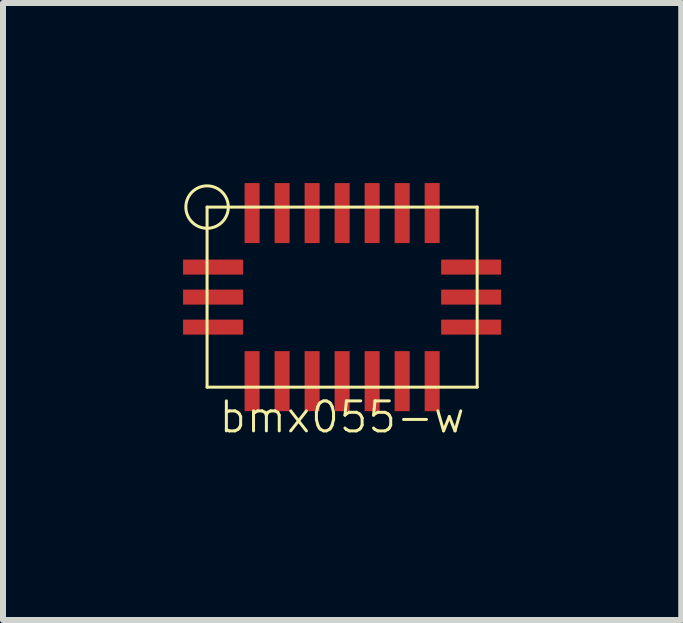
<source format=kicad_pcb>
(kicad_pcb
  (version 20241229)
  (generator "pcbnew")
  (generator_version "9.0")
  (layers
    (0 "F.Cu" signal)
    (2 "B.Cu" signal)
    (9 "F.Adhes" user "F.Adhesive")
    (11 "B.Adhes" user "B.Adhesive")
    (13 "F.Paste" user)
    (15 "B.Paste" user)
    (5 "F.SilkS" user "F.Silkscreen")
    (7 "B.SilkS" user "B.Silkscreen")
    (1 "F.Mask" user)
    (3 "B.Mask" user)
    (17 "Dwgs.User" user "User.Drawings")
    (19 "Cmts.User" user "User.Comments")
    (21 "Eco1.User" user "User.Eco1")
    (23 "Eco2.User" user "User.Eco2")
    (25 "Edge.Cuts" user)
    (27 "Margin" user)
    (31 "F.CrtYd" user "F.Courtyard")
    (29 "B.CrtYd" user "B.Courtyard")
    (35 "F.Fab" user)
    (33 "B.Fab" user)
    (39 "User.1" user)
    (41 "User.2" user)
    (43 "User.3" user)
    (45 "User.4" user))
  (footprint "bmx055-w"
    (layer "F.Cu")
    (at 2.65 1.9)
    (property "Reference" "bmx055-w" (at 0 2 0) (layer "F.SilkS") (effects (font (size 0.5 0.5) (thickness 0.05))))
    (attr through_hole)
    (fp_line (start -2.25 -1.5) (end 2.25 -1.5) (stroke (width 0.05) (type solid)) (layer "F.SilkS"))
    (fp_line (start -2.25 1.5) (end -2.25 -1.5) (stroke (width 0.05) (type solid)) (layer "F.SilkS"))
    (fp_line (start 2.25 -1.5) (end 2.25 1.5) (stroke (width 0.05) (type solid)) (layer "F.SilkS"))
    (fp_line (start 2.25 1.5) (end -2.25 1.5) (stroke (width 0.05) (type solid)) (layer "F.SilkS"))
    (fp_circle (center -2.25 -1.5) (end -2 -1.25) (stroke (width 0.05) (type solid)) (fill no) (layer "F.SilkS"))
    (pad "1" smd rect (at -1.5 -1.4) (size 0.25 1) (layers "F.Cu" "F.Mask" "F.Paste"))
    (pad "2" smd rect (at -1 -1.4) (size 0.25 1) (layers "F.Cu" "F.Mask" "F.Paste"))
    (pad "3" smd rect (at -0.5 -1.4) (size 0.25 1) (layers "F.Cu" "F.Mask" "F.Paste"))
    (pad "4" smd rect (at 0 -1.4) (size 0.25 1) (layers "F.Cu" "F.Mask" "F.Paste"))
    (pad "5" smd rect (at 0.5 -1.4) (size 0.25 1) (layers "F.Cu" "F.Mask" "F.Paste"))
    (pad "6" smd rect (at 1 -1.4) (size 0.25 1) (layers "F.Cu" "F.Mask" "F.Paste"))
    (pad "7" smd rect (at 1.5 -1.4) (size 0.25 1) (layers "F.Cu" "F.Mask" "F.Paste"))
    (pad "8" smd rect (at 2.15 -0.5) (size 1 0.25) (layers "F.Cu" "F.Mask" "F.Paste"))
    (pad "9" smd rect (at 2.15 0) (size 1 0.25) (layers "F.Cu" "F.Mask" "F.Paste"))
    (pad "10" smd rect (at 2.15 0.5) (size 1 0.25) (layers "F.Cu" "F.Mask" "F.Paste"))
    (pad "11" smd rect (at 1.5 1.4) (size 0.25 1) (layers "F.Cu" "F.Mask" "F.Paste"))
    (pad "12" smd rect (at 1 1.4) (size 0.25 1) (layers "F.Cu" "F.Mask" "F.Paste"))
    (pad "13" smd rect (at 0.5 1.4) (size 0.25 1) (layers "F.Cu" "F.Mask" "F.Paste"))
    (pad "14" smd rect (at 0 1.4) (size 0.25 1) (layers "F.Cu" "F.Mask" "F.Paste"))
    (pad "15" smd rect (at -0.5 1.4) (size 0.25 1) (layers "F.Cu" "F.Mask" "F.Paste"))
    (pad "16" smd rect (at -1 1.4) (size 0.25 1) (layers "F.Cu" "F.Mask" "F.Paste"))
    (pad "17" smd rect (at -1.5 1.4) (size 0.25 1) (layers "F.Cu" "F.Mask" "F.Paste"))
    (pad "18" smd rect (at -2.15 0.5) (size 1 0.25) (layers "F.Cu" "F.Mask" "F.Paste"))
    (pad "19" smd rect (at -2.15 0) (size 1 0.25) (layers "F.Cu" "F.Mask" "F.Paste"))
    (pad "20" smd rect (at -2.15 -0.5) (size 1 0.25) (layers "F.Cu" "F.Mask" "F.Paste")))
  (gr_rect
    (start -3 -3)
    (end 8.3 7.28)
    (stroke (width 0.1) (type default))
    (fill no)
    (layer "Edge.Cuts")))
</source>
